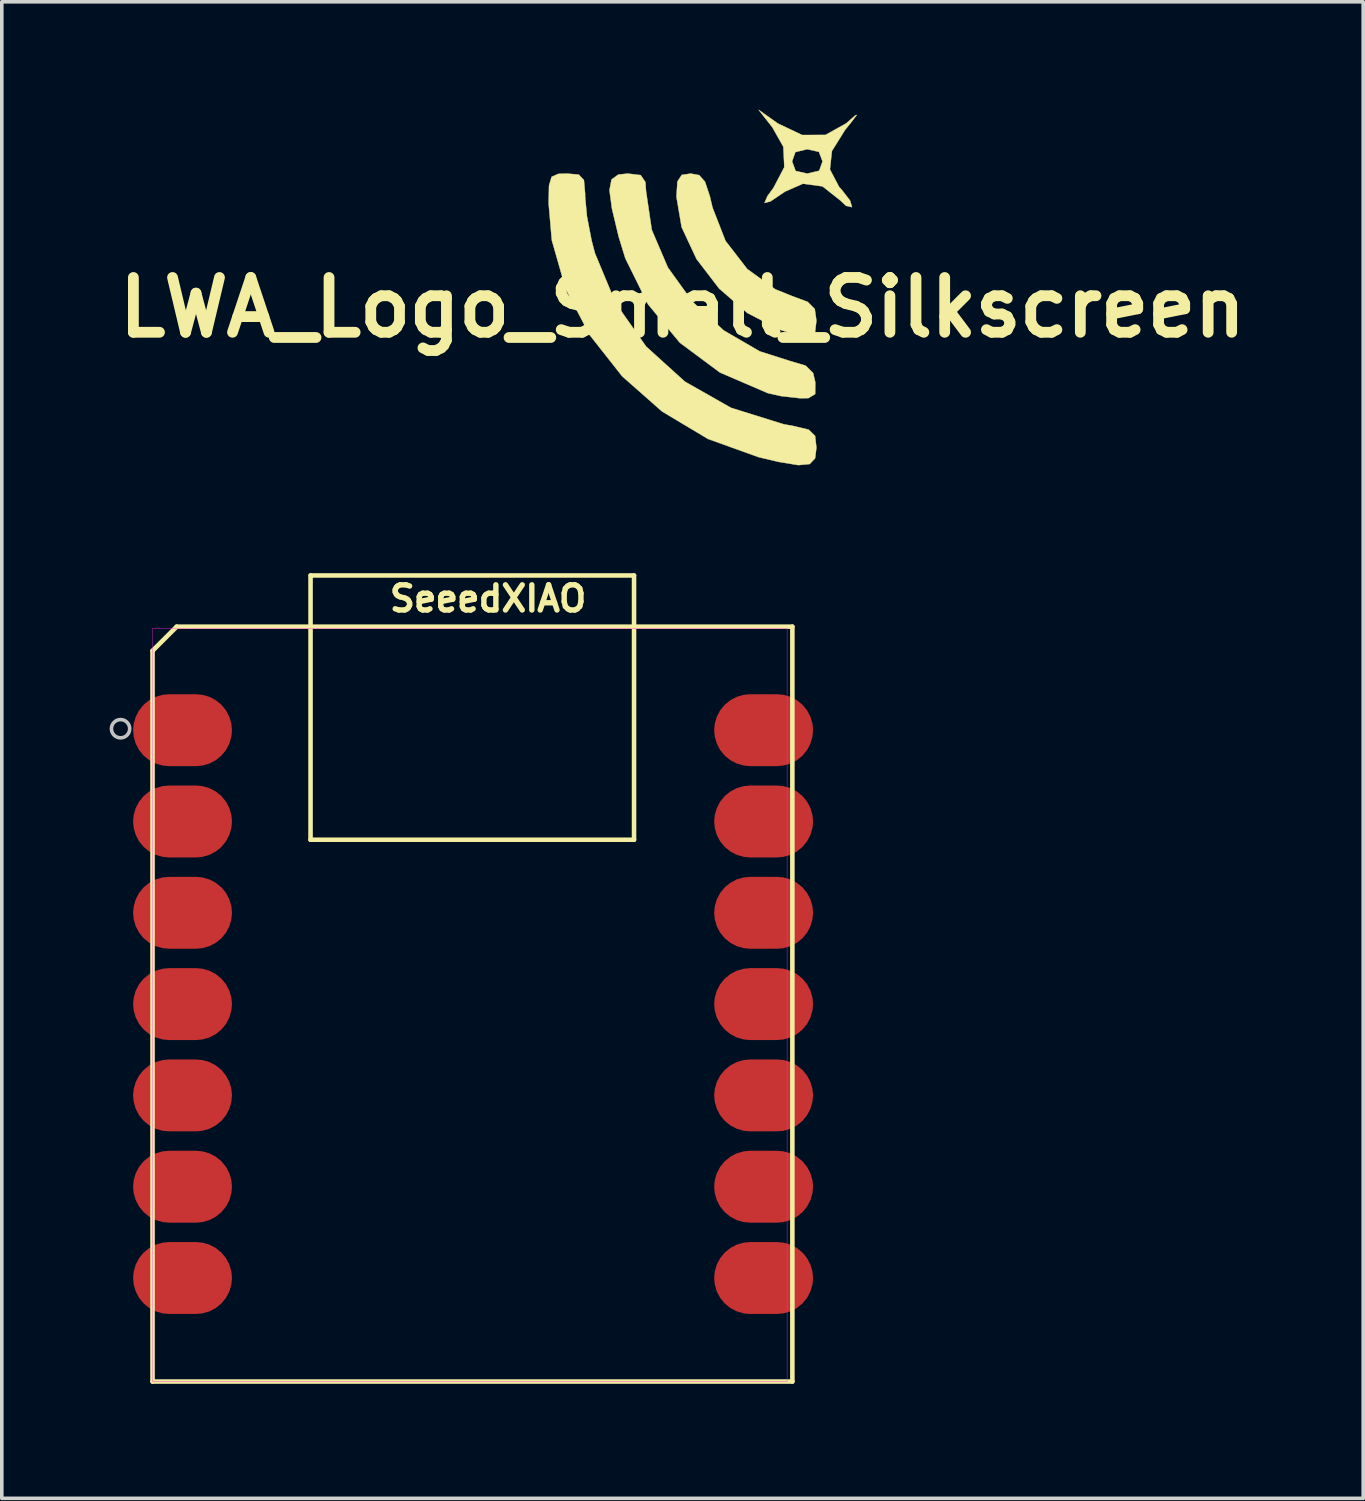
<source format=kicad_pcb>
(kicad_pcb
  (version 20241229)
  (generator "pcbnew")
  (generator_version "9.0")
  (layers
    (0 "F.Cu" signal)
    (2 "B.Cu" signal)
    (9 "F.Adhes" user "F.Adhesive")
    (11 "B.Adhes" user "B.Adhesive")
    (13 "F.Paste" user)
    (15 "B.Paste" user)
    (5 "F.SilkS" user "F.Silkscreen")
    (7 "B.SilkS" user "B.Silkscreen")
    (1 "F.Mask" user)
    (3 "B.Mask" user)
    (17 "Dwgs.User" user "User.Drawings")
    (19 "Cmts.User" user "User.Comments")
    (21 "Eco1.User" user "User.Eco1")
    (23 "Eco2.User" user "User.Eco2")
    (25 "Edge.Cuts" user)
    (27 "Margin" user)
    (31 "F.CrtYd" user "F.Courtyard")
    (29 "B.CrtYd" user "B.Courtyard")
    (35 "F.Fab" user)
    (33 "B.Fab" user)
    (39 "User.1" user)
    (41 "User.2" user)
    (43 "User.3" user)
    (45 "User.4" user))
  (footprint "LWA_Logo_Small_Silkscreen"
    (layer "F.Cu")
    (at 15.937 5.504)
    (property "Reference" "LWA_Logo_Small_Silkscreen" (at 0 0 0) (layer "F.SilkS") (effects (font (size 1.524 1.524) (thickness 0.3))))
    (attr through_hole)
    (fp_poly (pts (xy 0.464 -3.682) (xy 0.625 -3.499) (xy 0.759 -3.099) (xy 0.835 -2.778) (xy 1.196 -1.853) (xy 1.8 -1.071) (xy 2.58 -0.507) (xy 3.038 -0.322) (xy 3.48 -0.157) (xy 3.679 0.042) (xy 3.725 0.365) (xy 3.688 0.682) (xy 3.531 0.814) (xy 3.19 0.775) (xy 2.68 0.61) (xy 1.801 0.151) (xy 1.019 -0.526) (xy 0.39 -1.347) (xy -0.025 -2.234) (xy -0.169 -3.081) (xy -0.142 -3.505) (xy -0.021 -3.688) (xy 0.227 -3.725) (xy 0.464 -3.682)) (stroke (width 0.01) (type solid)) (fill yes) (layer "F.SilkS"))
    (fp_poly (pts (xy -1.163 -3.682) (xy -1.031 -3.486) (xy -1.016 -3.244) (xy -0.856 -2.162) (xy -0.408 -1.114) (xy 0.276 -0.162) (xy 1.145 0.637) (xy 2.15 1.221) (xy 2.982 1.486) (xy 3.426 1.618) (xy 3.633 1.823) (xy 3.694 2.081) (xy 3.69 2.409) (xy 3.504 2.521) (xy 3.271 2.525) (xy 2.739 2.465) (xy 2.371 2.382) (xy 1.042 1.81) (xy -0.075 0.98) (xy -0.959 -0.087) (xy -1.591 -1.367) (xy -1.776 -1.968) (xy -1.963 -2.749) (xy -2.032 -3.263) (xy -1.975 -3.561) (xy -1.786 -3.698) (xy -1.524 -3.725) (xy -1.163 -3.682)) (stroke (width 0.01) (type solid)) (fill yes) (layer "F.SilkS"))
    (fp_poly (pts (xy -2.886 -3.697) (xy -2.743 -3.544) (xy -2.71 -3.169) (xy -2.709 -3.079) (xy -2.659 -2.535) (xy -2.53 -1.868) (xy -2.437 -1.512) (xy -1.855 -0.113) (xy -1.011 1.087) (xy 0.067 2.063) (xy 1.35 2.791) (xy 2.81 3.247) (xy 3.09 3.298) (xy 3.509 3.398) (xy 3.688 3.572) (xy 3.725 3.902) (xy 3.688 4.197) (xy 3.539 4.355) (xy 3.221 4.385) (xy 2.678 4.296) (xy 2.117 4.164) (xy 0.708 3.657) (xy -0.569 2.893) (xy -1.678 1.915) (xy -2.583 0.766) (xy -3.248 -0.511) (xy -3.636 -1.87) (xy -3.725 -2.897) (xy -3.714 -3.391) (xy -3.642 -3.635) (xy -3.457 -3.717) (xy -3.217 -3.725) (xy -2.886 -3.697)) (stroke (width 0.01) (type solid)) (fill yes) (layer "F.SilkS"))
    (fp_poly (pts (xy 2.651 -5.12) (xy 3.329 -4.798) (xy 3.977 -4.801) (xy 4.553 -5.122) (xy 4.804 -5.342) (xy 4.849 -5.357) (xy 4.687 -5.144) (xy 4.522 -4.94) (xy 4.156 -4.352) (xy 4.101 -3.841) (xy 4.354 -3.358) (xy 4.432 -3.271) (xy 4.66 -2.977) (xy 4.714 -2.796) (xy 4.71 -2.791) (xy 4.548 -2.829) (xy 4.391 -2.977) (xy 3.894 -3.37) (xy 3.349 -3.443) (xy 2.853 -3.225) (xy 2.445 -2.95) (xy 2.281 -2.908) (xy 2.362 -3.099) (xy 2.528 -3.325) (xy 2.831 -3.902) (xy 2.824 -4.064) (xy 3.048 -4.064) (xy 3.147 -3.798) (xy 3.471 -3.725) (xy 3.803 -3.805) (xy 3.895 -4.064) (xy 3.795 -4.33) (xy 3.471 -4.403) (xy 3.139 -4.323) (xy 3.048 -4.064) (xy 2.824 -4.064) (xy 2.805 -4.471) (xy 2.498 -5.013) (xy 2.117 -5.499) (xy 2.651 -5.12)) (stroke (width 0.01) (type solid)) (fill yes) (layer "F.SilkS")))
  (footprint "SeeedXIAO"
    (layer "F.Cu")
    (at 1.193 35.383)
    (property "Reference" "SeeedXIAO" (at 9.335 -21.78 0) (layer "F.SilkS") (effects (font (size 0.7 0.7) (thickness 0.15))))
    (attr through_hole)
    (fp_line (start 0 -20.328) (end 0 0) (stroke (width 0.127) (type solid)) (layer "F.SilkS"))
    (fp_line (start 0 0) (end 17.8 0) (stroke (width 0.127) (type solid)) (layer "F.SilkS"))
    (fp_line (start 0.672 -21) (end 0 -20.328) (stroke (width 0.127) (type solid)) (layer "F.SilkS"))
    (fp_line (start 4.396 -15.072) (end 4.396 -22.425) (stroke (width 0.127) (type solid)) (layer "F.SilkS"))
    (fp_line (start 4.4 -22.424) (end 13.395 -22.424) (stroke (width 0.127) (type solid)) (layer "F.SilkS"))
    (fp_line (start 13.395 -22.424) (end 13.395 -15.072) (stroke (width 0.127) (type solid)) (layer "F.SilkS"))
    (fp_line (start 13.395 -15.072) (end 4.396 -15.072) (stroke (width 0.127) (type solid)) (layer "F.SilkS"))
    (fp_line (start 17.8 -21) (end 0.672 -21) (stroke (width 0.127) (type solid)) (layer "F.SilkS"))
    (fp_line (start 17.8 0) (end 17.8 -21) (stroke (width 0.127) (type solid)) (layer "F.SilkS"))
    (fp_circle (center -0.889 -18.161) (end -0.635 -18.161) (stroke (width 0.1) (type solid)) (fill no) (layer "Dwgs.User"))
    (fp_poly (pts (xy 0 -20.955) (xy 17.653 -20.955) (xy 17.653 0) (xy 0 0)) (stroke (width 0.01) (type solid)) (fill no) (layer "F.CrtYd"))
    (pad "1" smd roundrect (at 0.835 -18.12) (size 2.75 2) (layers "F.Cu" "F.Mask" "F.Paste") (roundrect_rratio 0.5))
    (pad "2" smd roundrect (at 0.835 -15.58) (size 2.75 2) (layers "F.Cu" "F.Mask" "F.Paste") (roundrect_rratio 0.5))
    (pad "3" smd roundrect (at 0.835 -13.04) (size 2.75 2) (layers "F.Cu" "F.Mask" "F.Paste") (roundrect_rratio 0.5))
    (pad "4" smd roundrect (at 0.835 -10.5) (size 2.75 2) (layers "F.Cu" "F.Mask" "F.Paste") (roundrect_rratio 0.5))
    (pad "5" smd roundrect (at 0.835 -7.96) (size 2.75 2) (layers "F.Cu" "F.Mask" "F.Paste") (roundrect_rratio 0.5))
    (pad "6" smd roundrect (at 0.835 -5.42) (size 2.75 2) (layers "F.Cu" "F.Mask" "F.Paste") (roundrect_rratio 0.5))
    (pad "7" smd roundrect (at 0.835 -2.88) (size 2.75 2) (layers "F.Cu" "F.Mask" "F.Paste") (roundrect_rratio 0.5))
    (pad "8" smd roundrect (at 17 -2.88) (size 2.75 2) (layers "F.Cu" "F.Mask" "F.Paste") (roundrect_rratio 0.5))
    (pad "9" smd roundrect (at 17 -5.42) (size 2.75 2) (layers "F.Cu" "F.Mask" "F.Paste") (roundrect_rratio 0.5))
    (pad "10" smd roundrect (at 17 -7.96) (size 2.75 2) (layers "F.Cu" "F.Mask" "F.Paste") (roundrect_rratio 0.5))
    (pad "11" smd roundrect (at 17 -10.5) (size 2.75 2) (layers "F.Cu" "F.Mask" "F.Paste") (roundrect_rratio 0.5))
    (pad "12" smd roundrect (at 17 -13.04) (size 2.75 2) (layers "F.Cu" "F.Mask" "F.Paste") (roundrect_rratio 0.5))
    (pad "13" smd roundrect (at 17 -15.58) (size 2.75 2) (layers "F.Cu" "F.Mask" "F.Paste") (roundrect_rratio 0.5))
    (pad "14" smd roundrect (at 17 -18.12) (size 2.75 2) (layers "F.Cu" "F.Mask" "F.Paste") (roundrect_rratio 0.5))
    (zone (net_name "") (layer "F.Cu") (hatch full 0.508) (connect_pads) (min_thickness 0.01) (filled_areas_thickness no) (keepout (tracks not_allowed) (vias not_allowed) (pads not_allowed) (copperpour not_allowed) (footprints allowed)) (placement (enabled no)) (fill) (polygon (pts (xy 4.178 22.619) (xy 7.098 22.619) (xy 7.098 24.651) (xy 4.178 24.651))))
    (zone (net_name "") (layer "F.Cu") (hatch full 0.508) (connect_pads) (min_thickness 0.01) (filled_areas_thickness no) (keepout (tracks not_allowed) (vias not_allowed) (pads not_allowed) (copperpour not_allowed) (footprints allowed)) (placement (enabled no)) (fill) (polygon (pts (xy 4.876 14.301) (xy 6.654 14.301) (xy 6.654 16.968) (xy 4.876 16.968))))
    (zone (net_name "") (layer "F.Cu") (hatch full 0.508) (connect_pads) (min_thickness 0.01) (filled_areas_thickness no) (keepout (tracks not_allowed) (vias not_allowed) (pads not_allowed) (copperpour not_allowed) (footprints allowed)) (placement (enabled no)) (fill) (polygon (pts (xy 4.876 18.365) (xy 6.654 18.365) (xy 6.654 21.032) (xy 4.876 21.032))))
    (zone (net_name "") (layer "F.Cu") (hatch full 0.508) (connect_pads) (min_thickness 0.01) (filled_areas_thickness no) (keepout (tracks not_allowed) (vias not_allowed) (pads not_allowed) (copperpour not_allowed) (footprints allowed)) (placement (enabled no)) (fill) (polygon (pts (xy 7.543 15.063) (xy 12.75 15.063) (xy 12.75 22.048) (xy 7.543 22.048))))
    (zone (net_name "") (layer "F.Cu") (hatch full 0.508) (connect_pads) (min_thickness 0.01) (filled_areas_thickness no) (keepout (tracks not_allowed) (vias not_allowed) (pads not_allowed) (copperpour not_allowed) (footprints allowed)) (placement (enabled no)) (fill) (polygon (pts (xy 7.543 32.208) (xy 13.258 32.208) (xy 13.258 34.748) (xy 7.543 34.748))))
    (zone (net_name "") (layer "F.Cu") (hatch full 0.508) (connect_pads) (min_thickness 0.01) (filled_areas_thickness no) (keepout (tracks not_allowed) (vias not_allowed) (pads not_allowed) (copperpour not_allowed) (footprints allowed)) (placement (enabled no)) (fill) (polygon (pts (xy 10.972 24.08) (xy 14.02 24.08) (xy 14.02 27.128) (xy 10.972 27.128))))
    (zone (net_name "") (layer "F.Cu") (hatch full 0.508) (connect_pads) (min_thickness 0.01) (filled_areas_thickness no) (keepout (tracks not_allowed) (vias not_allowed) (pads not_allowed) (copperpour not_allowed) (footprints allowed)) (placement (enabled no)) (fill) (polygon (pts (xy 13.512 14.301) (xy 15.29 14.301) (xy 15.29 16.968) (xy 13.512 16.968))))
    (zone (net_name "") (layer "F.Cu") (hatch full 0.508) (connect_pads) (min_thickness 0.01) (filled_areas_thickness no) (keepout (tracks not_allowed) (vias not_allowed) (pads not_allowed) (copperpour not_allowed) (footprints allowed)) (placement (enabled no)) (fill) (polygon (pts (xy 13.512 18.365) (xy 15.29 18.365) (xy 15.29 21.032) (xy 13.512 21.032)))))
  (gr_rect
    (start -3 -3)
    (end 34.873 38.633)
    (stroke (width 0.1) (type default))
    (fill no)
    (layer "Edge.Cuts")))
</source>
